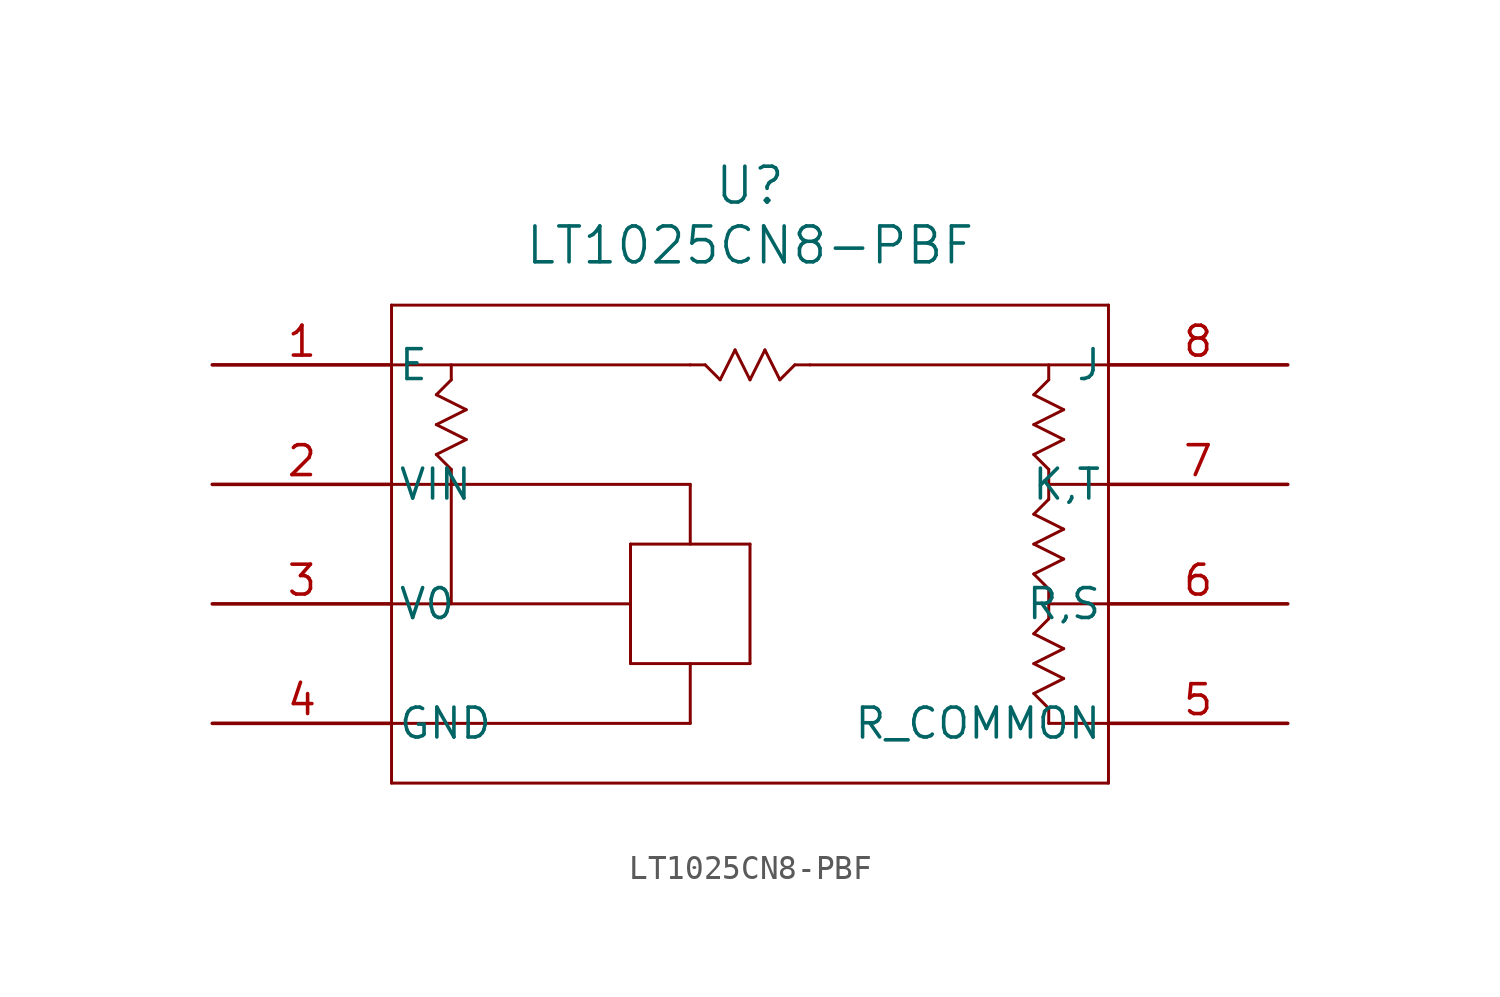
<source format=kicad_sym>
(kicad_symbol_lib
  (version 20231120)
  (generator "kicad_symbol_editor")
  (generator_version "8.0")
  (symbol "LT1025CN8-PBF"
    (pin_names
      (offset 0.254))
    (property "Reference" "U"
      (at 22.86 7.62 0)
      (effects (font (size 1.524 1.524))))
    (property "Value" "LT1025CN8-PBF"
      (at 22.86 5.08 0)
      (effects (font (size 1.524 1.524))))
    (property "ki_locked" ""
      (at 0 0 0)
      (effects (font (size 1.27 1.27))))
    (symbol "LT1025CN8-PBF_0_1"
      (polyline (pts (xy 7.62 -17.78) (xy 38.1 -17.78)) (stroke (width 0.127) (type default)) (fill (type none)))
      (polyline (pts (xy 7.62 -10.16) (xy 17.78 -10.16)) (stroke (width 0.127) (type default)) (fill (type none)))
      (polyline (pts (xy 7.62 -5.08) (xy 20.32 -5.08)) (stroke (width 0.127) (type default)) (fill (type none)))
      (polyline (pts (xy 7.62 0) (xy 20.32 0)) (stroke (width 0.127) (type default)) (fill (type none)))
      (polyline (pts (xy 7.62 2.54) (xy 7.62 -17.78)) (stroke (width 0.127) (type default)) (fill (type none)))
      (polyline (pts (xy 9.525 -3.81) (xy 10.795 -3.175)) (stroke (width 0.127) (type default)) (fill (type none)))
      (polyline (pts (xy 9.525 -2.54) (xy 10.795 -1.905)) (stroke (width 0.127) (type default)) (fill (type none)))
      (polyline (pts (xy 10.16 -5.08) (xy 10.16 -10.16)) (stroke (width 0.127) (type default)) (fill (type none)))
      (polyline (pts (xy 10.16 -5.08) (xy 10.16 -4.445)) (stroke (width 0.127) (type default)) (fill (type none)))
      (polyline (pts (xy 10.16 -4.445) (xy 9.525 -3.81)) (stroke (width 0.127) (type default)) (fill (type none)))
      (polyline (pts (xy 10.16 -0.635) (xy 9.525 -1.27)) (stroke (width 0.127) (type default)) (fill (type none)))
      (polyline (pts (xy 10.16 0) (xy 10.16 -0.635)) (stroke (width 0.127) (type default)) (fill (type none)))
      (polyline (pts (xy 10.795 -3.175) (xy 9.525 -2.54)) (stroke (width 0.127) (type default)) (fill (type none)))
      (polyline (pts (xy 10.795 -1.905) (xy 9.525 -1.27)) (stroke (width 0.127) (type default)) (fill (type none)))
      (polyline (pts (xy 17.78 -12.7) (xy 22.86 -12.7)) (stroke (width 0.127) (type default)) (fill (type none)))
      (polyline (pts (xy 17.78 -7.62) (xy 17.78 -12.7)) (stroke (width 0.127) (type default)) (fill (type none)))
      (polyline (pts (xy 17.78 -7.62) (xy 22.86 -7.62)) (stroke (width 0.127) (type default)) (fill (type none)))
      (polyline (pts (xy 20.32 -15.24) (xy 7.62 -15.24)) (stroke (width 0.127) (type default)) (fill (type none)))
      (polyline (pts (xy 20.32 -12.7) (xy 20.32 -15.24)) (stroke (width 0.127) (type default)) (fill (type none)))
      (polyline (pts (xy 20.32 -5.08) (xy 20.32 -7.62)) (stroke (width 0.127) (type default)) (fill (type none)))
      (polyline (pts (xy 20.32 0) (xy 20.955 0)) (stroke (width 0.127) (type default)) (fill (type none)))
      (polyline (pts (xy 20.955 0) (xy 21.59 -0.635)) (stroke (width 0.127) (type default)) (fill (type none)))
      (polyline (pts (xy 22.225 0.635) (xy 21.59 -0.635)) (stroke (width 0.127) (type default)) (fill (type none)))
      (polyline (pts (xy 22.86 -7.62) (xy 22.86 -12.7)) (stroke (width 0.127) (type default)) (fill (type none)))
      (polyline (pts (xy 22.86 -0.635) (xy 22.225 0.635)) (stroke (width 0.127) (type default)) (fill (type none)))
      (polyline (pts (xy 23.495 0.635) (xy 22.86 -0.635)) (stroke (width 0.127) (type default)) (fill (type none)))
      (polyline (pts (xy 24.13 -0.635) (xy 23.495 0.635)) (stroke (width 0.127) (type default)) (fill (type none)))
      (polyline (pts (xy 24.765 0) (xy 24.13 -0.635)) (stroke (width 0.127) (type default)) (fill (type none)))
      (polyline (pts (xy 25.4 0) (xy 24.765 0)) (stroke (width 0.127) (type default)) (fill (type none)))
      (polyline (pts (xy 25.4 0) (xy 38.1 0)) (stroke (width 0.127) (type default)) (fill (type none)))
      (polyline (pts (xy 34.925 -13.97) (xy 36.195 -13.335)) (stroke (width 0.127) (type default)) (fill (type none)))
      (polyline (pts (xy 34.925 -12.7) (xy 36.195 -12.065)) (stroke (width 0.127) (type default)) (fill (type none)))
      (polyline (pts (xy 34.925 -8.89) (xy 36.195 -8.255)) (stroke (width 0.127) (type default)) (fill (type none)))
      (polyline (pts (xy 34.925 -7.62) (xy 36.195 -6.985)) (stroke (width 0.127) (type default)) (fill (type none)))
      (polyline (pts (xy 34.925 -3.81) (xy 36.195 -3.175)) (stroke (width 0.127) (type default)) (fill (type none)))
      (polyline (pts (xy 34.925 -2.54) (xy 36.195 -1.905)) (stroke (width 0.127) (type default)) (fill (type none)))
      (polyline (pts (xy 35.56 -15.24) (xy 35.56 -14.605)) (stroke (width 0.127) (type default)) (fill (type none)))
      (polyline (pts (xy 35.56 -14.605) (xy 34.925 -13.97)) (stroke (width 0.127) (type default)) (fill (type none)))
      (polyline (pts (xy 35.56 -10.795) (xy 34.925 -11.43)) (stroke (width 0.127) (type default)) (fill (type none)))
      (polyline (pts (xy 35.56 -10.16) (xy 35.56 -10.795)) (stroke (width 0.127) (type default)) (fill (type none)))
      (polyline (pts (xy 35.56 -10.16) (xy 35.56 -9.525)) (stroke (width 0.127) (type default)) (fill (type none)))
      (polyline (pts (xy 35.56 -10.16) (xy 38.1 -10.16)) (stroke (width 0.127) (type default)) (fill (type none)))
      (polyline (pts (xy 35.56 -9.525) (xy 34.925 -8.89)) (stroke (width 0.127) (type default)) (fill (type none)))
      (polyline (pts (xy 35.56 -5.715) (xy 34.925 -6.35)) (stroke (width 0.127) (type default)) (fill (type none)))
      (polyline (pts (xy 35.56 -5.08) (xy 35.56 -5.715)) (stroke (width 0.127) (type default)) (fill (type none)))
      (polyline (pts (xy 35.56 -5.08) (xy 35.56 -4.445)) (stroke (width 0.127) (type default)) (fill (type none)))
      (polyline (pts (xy 35.56 -5.08) (xy 38.1 -5.08)) (stroke (width 0.127) (type default)) (fill (type none)))
      (polyline (pts (xy 35.56 -4.445) (xy 34.925 -3.81)) (stroke (width 0.127) (type default)) (fill (type none)))
      (polyline (pts (xy 35.56 -0.635) (xy 34.925 -1.27)) (stroke (width 0.127) (type default)) (fill (type none)))
      (polyline (pts (xy 35.56 0) (xy 35.56 -0.635)) (stroke (width 0.127) (type default)) (fill (type none)))
      (polyline (pts (xy 36.195 -13.335) (xy 34.925 -12.7)) (stroke (width 0.127) (type default)) (fill (type none)))
      (polyline (pts (xy 36.195 -12.065) (xy 34.925 -11.43)) (stroke (width 0.127) (type default)) (fill (type none)))
      (polyline (pts (xy 36.195 -8.255) (xy 34.925 -7.62)) (stroke (width 0.127) (type default)) (fill (type none)))
      (polyline (pts (xy 36.195 -6.985) (xy 34.925 -6.35)) (stroke (width 0.127) (type default)) (fill (type none)))
      (polyline (pts (xy 36.195 -3.175) (xy 34.925 -2.54)) (stroke (width 0.127) (type default)) (fill (type none)))
      (polyline (pts (xy 36.195 -1.905) (xy 34.925 -1.27)) (stroke (width 0.127) (type default)) (fill (type none)))
      (polyline (pts (xy 38.1 -17.78) (xy 38.1 2.54)) (stroke (width 0.127) (type default)) (fill (type none)))
      (polyline (pts (xy 38.1 -15.24) (xy 35.56 -15.24)) (stroke (width 0.127) (type default)) (fill (type none)))
      (polyline (pts (xy 38.1 2.54) (xy 7.62 2.54)) (stroke (width 0.127) (type default)) (fill (type none)))
      (pin unspecified line (at 0 0 0) (length 7.62) (name "E" (effects (font (size 1.27 1.27)))) (number "1" (effects (font (size 1.27 1.27)))))
      (pin unspecified line (at 0 -5.08 0) (length 7.62) (name "VIN" (effects (font (size 1.27 1.27)))) (number "2" (effects (font (size 1.27 1.27)))))
      (pin unspecified line (at 0 -10.16 0) (length 7.62) (name "V0" (effects (font (size 1.27 1.27)))) (number "3" (effects (font (size 1.27 1.27)))))
      (pin power_out line (at 0 -15.24 0) (length 7.62) (name "GND" (effects (font (size 1.27 1.27)))) (number "4" (effects (font (size 1.27 1.27)))))
      (pin unspecified line (at 45.72 -15.24 180) (length 7.62) (name "R_COMMON" (effects (font (size 1.27 1.27)))) (number "5" (effects (font (size 1.27 1.27)))))
      (pin unspecified line (at 45.72 -10.16 180) (length 7.62) (name "R,S" (effects (font (size 1.27 1.27)))) (number "6" (effects (font (size 1.27 1.27)))))
      (pin unspecified line (at 45.72 -5.08 180) (length 7.62) (name "K,T" (effects (font (size 1.27 1.27)))) (number "7" (effects (font (size 1.27 1.27)))))
      (pin unspecified line (at 45.72 0 180) (length 7.62) (name "J" (effects (font (size 1.27 1.27)))) (number "8" (effects (font (size 1.27 1.27))))))))
</source>
